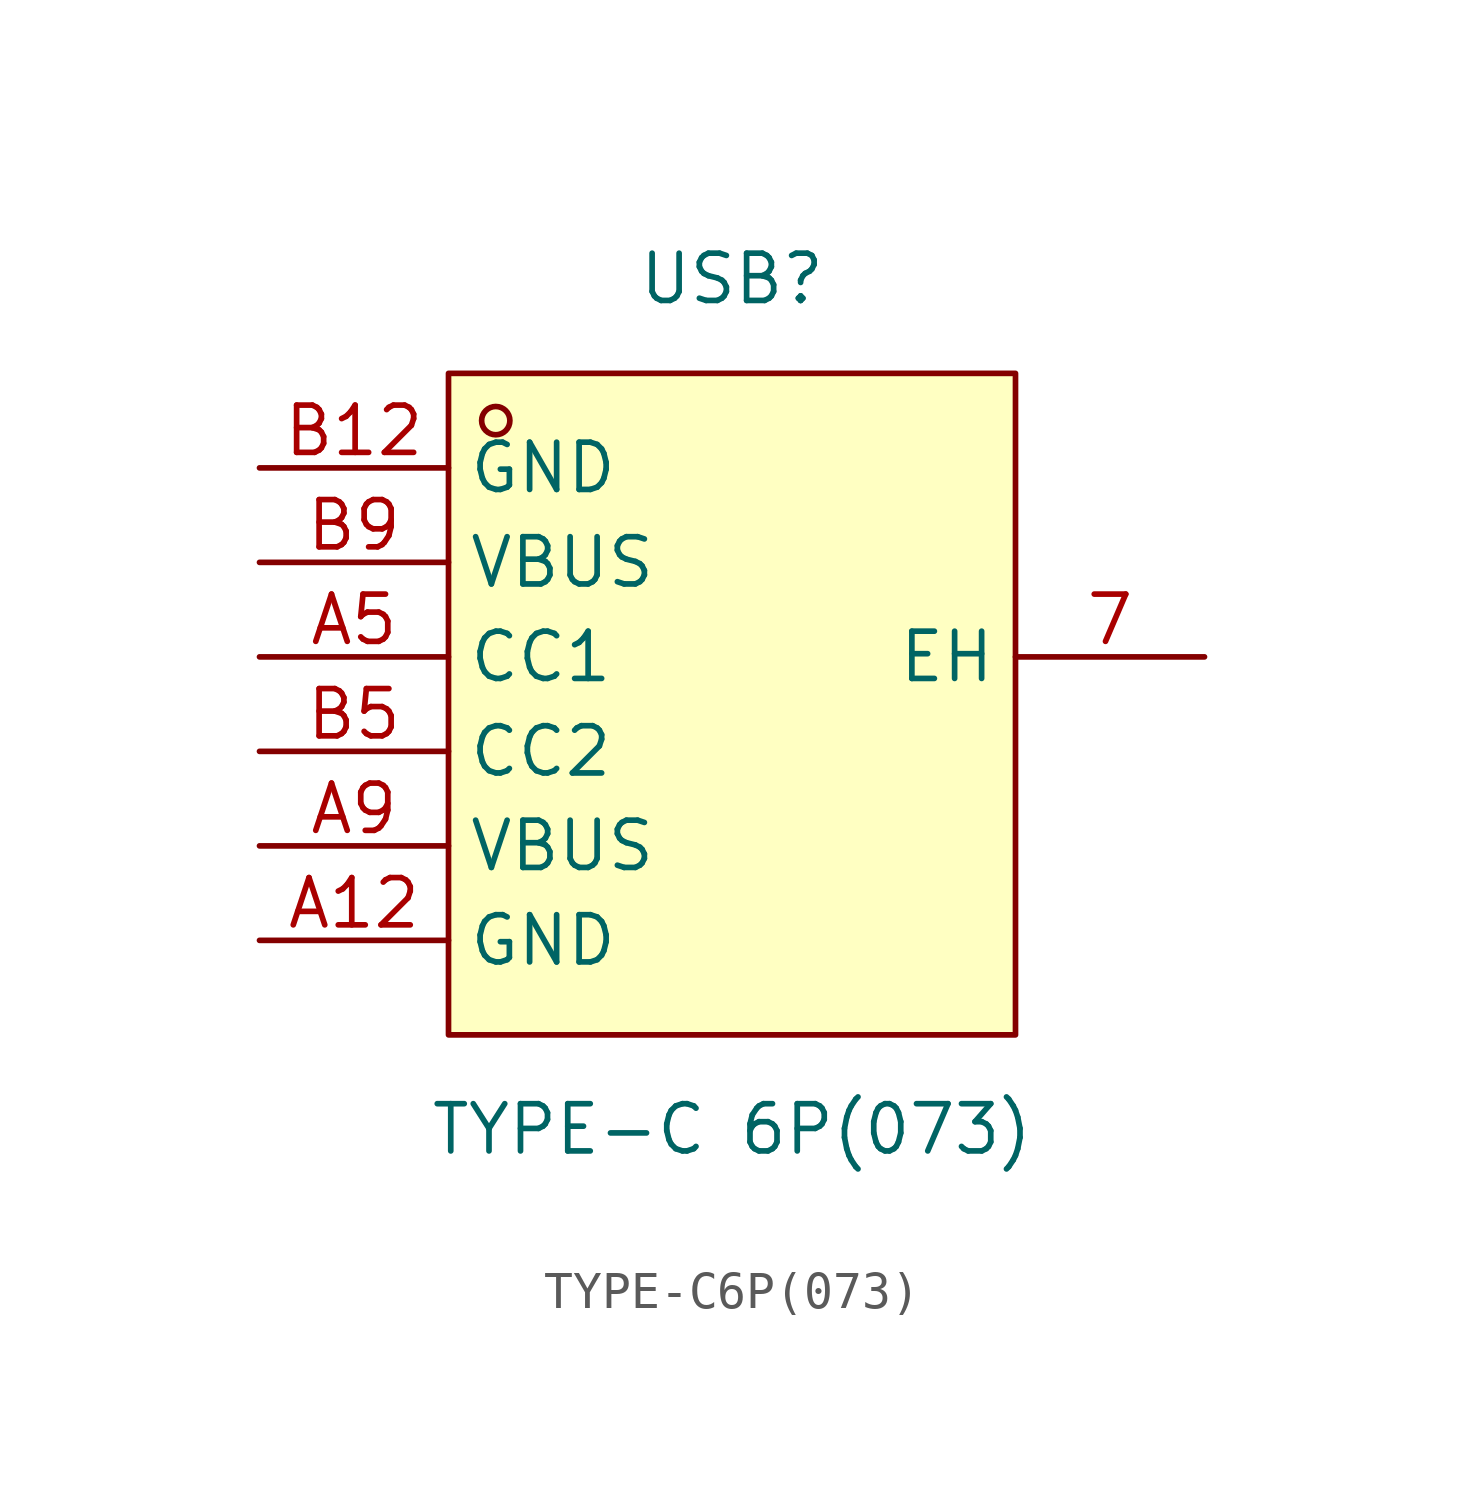
<source format=kicad_sym>
(kicad_symbol_lib
  (version 20220914)
  (generator https://github.com/uPesy/easyeda2kicad.py)
  (symbol "TYPE-C6P(073)"
    (property "Reference" "USB"
      (at 0 10.16 0)
      (effects (font (size 1.27 1.27))))
    (property "Value" "TYPE-C 6P(073)"
      (at 0 -12.7 0)
      (effects (font (size 1.27 1.27))))
    (symbol "TYPE-C6P(073)_0_1"
      (rectangle (start -7.62 7.62) (end 7.62 -10.16) (stroke (width 0) (type default)) (fill (type background)))
      (circle (center -6.35 6.35) (radius 0.38) (stroke (width 0) (type default)) (fill (type none)))
      (pin unspecified line (at 12.7 0 180) (length 5.08) (name "EH" (effects (font (size 1.27 1.27)))) (number "7" (effects (font (size 1.27 1.27)))))
      (pin unspecified line (at -12.7 -7.62 0) (length 5.08) (name "GND" (effects (font (size 1.27 1.27)))) (number "A12" (effects (font (size 1.27 1.27)))))
      (pin unspecified line (at -12.7 0 0) (length 5.08) (name "CC1" (effects (font (size 1.27 1.27)))) (number "A5" (effects (font (size 1.27 1.27)))))
      (pin unspecified line (at -12.7 -5.08 0) (length 5.08) (name "VBUS" (effects (font (size 1.27 1.27)))) (number "A9" (effects (font (size 1.27 1.27)))))
      (pin unspecified line (at -12.7 5.08 0) (length 5.08) (name "GND" (effects (font (size 1.27 1.27)))) (number "B12" (effects (font (size 1.27 1.27)))))
      (pin unspecified line (at -12.7 -2.54 0) (length 5.08) (name "CC2" (effects (font (size 1.27 1.27)))) (number "B5" (effects (font (size 1.27 1.27)))))
      (pin unspecified line (at -12.7 2.54 0) (length 5.08) (name "VBUS" (effects (font (size 1.27 1.27)))) (number "B9" (effects (font (size 1.27 1.27))))))))
</source>
